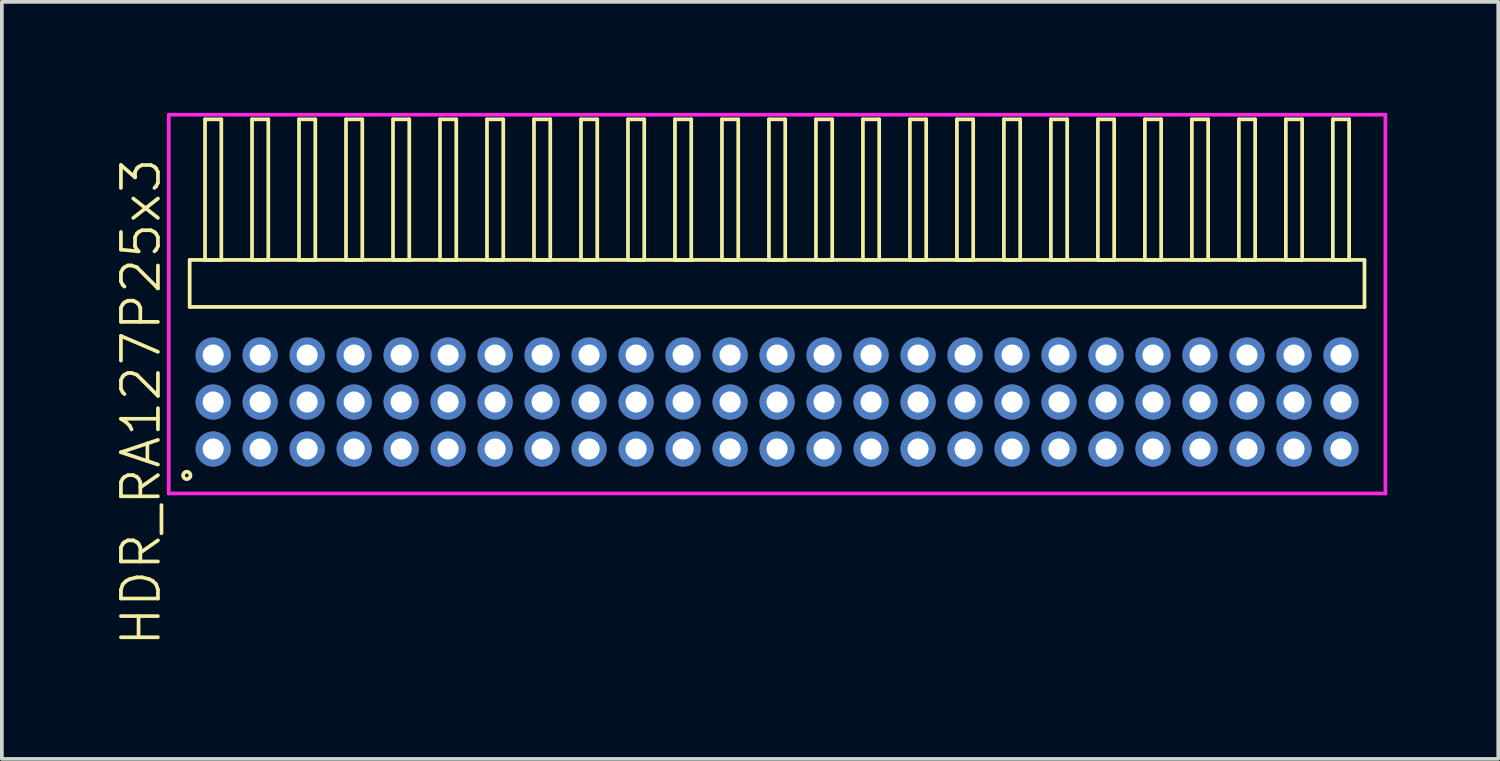
<source format=kicad_pcb>
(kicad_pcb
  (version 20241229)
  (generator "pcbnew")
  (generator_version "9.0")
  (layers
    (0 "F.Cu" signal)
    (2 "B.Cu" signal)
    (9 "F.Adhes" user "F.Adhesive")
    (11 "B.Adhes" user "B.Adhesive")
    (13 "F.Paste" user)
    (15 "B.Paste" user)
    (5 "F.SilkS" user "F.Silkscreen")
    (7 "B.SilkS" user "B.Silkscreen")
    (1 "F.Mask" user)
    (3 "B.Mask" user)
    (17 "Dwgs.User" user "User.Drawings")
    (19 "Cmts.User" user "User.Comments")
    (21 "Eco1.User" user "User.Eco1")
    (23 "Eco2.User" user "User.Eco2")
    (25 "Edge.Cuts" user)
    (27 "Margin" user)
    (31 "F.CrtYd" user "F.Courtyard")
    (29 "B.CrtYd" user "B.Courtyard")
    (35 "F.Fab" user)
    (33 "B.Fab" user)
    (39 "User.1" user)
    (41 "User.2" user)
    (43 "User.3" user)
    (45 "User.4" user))
  (footprint "HDR_RA127P25x3"
    (layer "F.Cu")
    (at 17.951 7.815)
    (property "Reference" "HDR_RA127P25x3" (at -17.19 0 90) (layer "F.SilkS") (effects (font (size 1 1) (thickness 0.1))))
    (attr through_hole)
    (fp_line (start -15.875 -3.84) (end -15.875 -2.57) (stroke (width 0.1) (type solid)) (layer "F.SilkS"))
    (fp_line (start -15.875 -2.57) (end 15.875 -2.57) (stroke (width 0.1) (type solid)) (layer "F.SilkS"))
    (fp_line (start -15.46 -7.64) (end -15.46 -3.84) (stroke (width 0.1) (type solid)) (layer "F.SilkS"))
    (fp_line (start -15.46 -3.84) (end -15.02 -3.84) (stroke (width 0.1) (type solid)) (layer "F.SilkS"))
    (fp_line (start -15.02 -7.64) (end -15.46 -7.64) (stroke (width 0.1) (type solid)) (layer "F.SilkS"))
    (fp_line (start -15.02 -3.84) (end -15.02 -7.64) (stroke (width 0.1) (type solid)) (layer "F.SilkS"))
    (fp_line (start -14.19 -7.64) (end -14.19 -3.84) (stroke (width 0.1) (type solid)) (layer "F.SilkS"))
    (fp_line (start -14.19 -3.84) (end -13.75 -3.84) (stroke (width 0.1) (type solid)) (layer "F.SilkS"))
    (fp_line (start -13.75 -7.64) (end -14.19 -7.64) (stroke (width 0.1) (type solid)) (layer "F.SilkS"))
    (fp_line (start -13.75 -3.84) (end -13.75 -7.64) (stroke (width 0.1) (type solid)) (layer "F.SilkS"))
    (fp_line (start -12.92 -7.64) (end -12.92 -3.84) (stroke (width 0.1) (type solid)) (layer "F.SilkS"))
    (fp_line (start -12.92 -3.84) (end -12.48 -3.84) (stroke (width 0.1) (type solid)) (layer "F.SilkS"))
    (fp_line (start -12.48 -7.64) (end -12.92 -7.64) (stroke (width 0.1) (type solid)) (layer "F.SilkS"))
    (fp_line (start -12.48 -3.84) (end -12.48 -7.64) (stroke (width 0.1) (type solid)) (layer "F.SilkS"))
    (fp_line (start -11.65 -7.64) (end -11.65 -3.84) (stroke (width 0.1) (type solid)) (layer "F.SilkS"))
    (fp_line (start -11.65 -3.84) (end -11.21 -3.84) (stroke (width 0.1) (type solid)) (layer "F.SilkS"))
    (fp_line (start -11.21 -7.64) (end -11.65 -7.64) (stroke (width 0.1) (type solid)) (layer "F.SilkS"))
    (fp_line (start -11.21 -3.84) (end -11.21 -7.64) (stroke (width 0.1) (type solid)) (layer "F.SilkS"))
    (fp_line (start -10.38 -7.64) (end -10.38 -3.84) (stroke (width 0.1) (type solid)) (layer "F.SilkS"))
    (fp_line (start -10.38 -3.84) (end -9.94 -3.84) (stroke (width 0.1) (type solid)) (layer "F.SilkS"))
    (fp_line (start -9.94 -7.64) (end -10.38 -7.64) (stroke (width 0.1) (type solid)) (layer "F.SilkS"))
    (fp_line (start -9.94 -3.84) (end -9.94 -7.64) (stroke (width 0.1) (type solid)) (layer "F.SilkS"))
    (fp_line (start -9.11 -7.64) (end -9.11 -3.84) (stroke (width 0.1) (type solid)) (layer "F.SilkS"))
    (fp_line (start -9.11 -3.84) (end -8.67 -3.84) (stroke (width 0.1) (type solid)) (layer "F.SilkS"))
    (fp_line (start -8.67 -7.64) (end -9.11 -7.64) (stroke (width 0.1) (type solid)) (layer "F.SilkS"))
    (fp_line (start -8.67 -3.84) (end -8.67 -7.64) (stroke (width 0.1) (type solid)) (layer "F.SilkS"))
    (fp_line (start -7.84 -7.64) (end -7.84 -3.84) (stroke (width 0.1) (type solid)) (layer "F.SilkS"))
    (fp_line (start -7.84 -3.84) (end -7.4 -3.84) (stroke (width 0.1) (type solid)) (layer "F.SilkS"))
    (fp_line (start -7.4 -7.64) (end -7.84 -7.64) (stroke (width 0.1) (type solid)) (layer "F.SilkS"))
    (fp_line (start -7.4 -3.84) (end -7.4 -7.64) (stroke (width 0.1) (type solid)) (layer "F.SilkS"))
    (fp_line (start -6.57 -7.64) (end -6.57 -3.84) (stroke (width 0.1) (type solid)) (layer "F.SilkS"))
    (fp_line (start -6.57 -3.84) (end -6.13 -3.84) (stroke (width 0.1) (type solid)) (layer "F.SilkS"))
    (fp_line (start -6.13 -7.64) (end -6.57 -7.64) (stroke (width 0.1) (type solid)) (layer "F.SilkS"))
    (fp_line (start -6.13 -3.84) (end -6.13 -7.64) (stroke (width 0.1) (type solid)) (layer "F.SilkS"))
    (fp_line (start -5.3 -7.64) (end -5.3 -3.84) (stroke (width 0.1) (type solid)) (layer "F.SilkS"))
    (fp_line (start -5.3 -3.84) (end -4.86 -3.84) (stroke (width 0.1) (type solid)) (layer "F.SilkS"))
    (fp_line (start -4.86 -7.64) (end -5.3 -7.64) (stroke (width 0.1) (type solid)) (layer "F.SilkS"))
    (fp_line (start -4.86 -3.84) (end -4.86 -7.64) (stroke (width 0.1) (type solid)) (layer "F.SilkS"))
    (fp_line (start -4.03 -7.64) (end -4.03 -3.84) (stroke (width 0.1) (type solid)) (layer "F.SilkS"))
    (fp_line (start -4.03 -3.84) (end -3.59 -3.84) (stroke (width 0.1) (type solid)) (layer "F.SilkS"))
    (fp_line (start -3.59 -7.64) (end -4.03 -7.64) (stroke (width 0.1) (type solid)) (layer "F.SilkS"))
    (fp_line (start -3.59 -3.84) (end -3.59 -7.64) (stroke (width 0.1) (type solid)) (layer "F.SilkS"))
    (fp_line (start -2.76 -7.64) (end -2.76 -3.84) (stroke (width 0.1) (type solid)) (layer "F.SilkS"))
    (fp_line (start -2.76 -3.84) (end -2.32 -3.84) (stroke (width 0.1) (type solid)) (layer "F.SilkS"))
    (fp_line (start -2.32 -7.64) (end -2.76 -7.64) (stroke (width 0.1) (type solid)) (layer "F.SilkS"))
    (fp_line (start -2.32 -3.84) (end -2.32 -7.64) (stroke (width 0.1) (type solid)) (layer "F.SilkS"))
    (fp_line (start -1.49 -7.64) (end -1.49 -3.84) (stroke (width 0.1) (type solid)) (layer "F.SilkS"))
    (fp_line (start -1.49 -3.84) (end -1.05 -3.84) (stroke (width 0.1) (type solid)) (layer "F.SilkS"))
    (fp_line (start -1.05 -7.64) (end -1.49 -7.64) (stroke (width 0.1) (type solid)) (layer "F.SilkS"))
    (fp_line (start -1.05 -3.84) (end -1.05 -7.64) (stroke (width 0.1) (type solid)) (layer "F.SilkS"))
    (fp_line (start -0.22 -7.64) (end -0.22 -3.84) (stroke (width 0.1) (type solid)) (layer "F.SilkS"))
    (fp_line (start -0.22 -3.84) (end 0.22 -3.84) (stroke (width 0.1) (type solid)) (layer "F.SilkS"))
    (fp_line (start 0.22 -7.64) (end -0.22 -7.64) (stroke (width 0.1) (type solid)) (layer "F.SilkS"))
    (fp_line (start 0.22 -3.84) (end 0.22 -7.64) (stroke (width 0.1) (type solid)) (layer "F.SilkS"))
    (fp_line (start 1.05 -7.64) (end 1.05 -3.84) (stroke (width 0.1) (type solid)) (layer "F.SilkS"))
    (fp_line (start 1.05 -3.84) (end 1.49 -3.84) (stroke (width 0.1) (type solid)) (layer "F.SilkS"))
    (fp_line (start 1.49 -7.64) (end 1.05 -7.64) (stroke (width 0.1) (type solid)) (layer "F.SilkS"))
    (fp_line (start 1.49 -3.84) (end 1.49 -7.64) (stroke (width 0.1) (type solid)) (layer "F.SilkS"))
    (fp_line (start 2.32 -7.64) (end 2.32 -3.84) (stroke (width 0.1) (type solid)) (layer "F.SilkS"))
    (fp_line (start 2.32 -3.84) (end 2.76 -3.84) (stroke (width 0.1) (type solid)) (layer "F.SilkS"))
    (fp_line (start 2.76 -7.64) (end 2.32 -7.64) (stroke (width 0.1) (type solid)) (layer "F.SilkS"))
    (fp_line (start 2.76 -3.84) (end 2.76 -7.64) (stroke (width 0.1) (type solid)) (layer "F.SilkS"))
    (fp_line (start 3.59 -7.64) (end 3.59 -3.84) (stroke (width 0.1) (type solid)) (layer "F.SilkS"))
    (fp_line (start 3.59 -3.84) (end 4.03 -3.84) (stroke (width 0.1) (type solid)) (layer "F.SilkS"))
    (fp_line (start 4.03 -7.64) (end 3.59 -7.64) (stroke (width 0.1) (type solid)) (layer "F.SilkS"))
    (fp_line (start 4.03 -3.84) (end 4.03 -7.64) (stroke (width 0.1) (type solid)) (layer "F.SilkS"))
    (fp_line (start 4.86 -7.64) (end 4.86 -3.84) (stroke (width 0.1) (type solid)) (layer "F.SilkS"))
    (fp_line (start 4.86 -3.84) (end 5.3 -3.84) (stroke (width 0.1) (type solid)) (layer "F.SilkS"))
    (fp_line (start 5.3 -7.64) (end 4.86 -7.64) (stroke (width 0.1) (type solid)) (layer "F.SilkS"))
    (fp_line (start 5.3 -3.84) (end 5.3 -7.64) (stroke (width 0.1) (type solid)) (layer "F.SilkS"))
    (fp_line (start 6.13 -7.64) (end 6.13 -3.84) (stroke (width 0.1) (type solid)) (layer "F.SilkS"))
    (fp_line (start 6.13 -3.84) (end 6.57 -3.84) (stroke (width 0.1) (type solid)) (layer "F.SilkS"))
    (fp_line (start 6.57 -7.64) (end 6.13 -7.64) (stroke (width 0.1) (type solid)) (layer "F.SilkS"))
    (fp_line (start 6.57 -3.84) (end 6.57 -7.64) (stroke (width 0.1) (type solid)) (layer "F.SilkS"))
    (fp_line (start 7.4 -7.64) (end 7.4 -3.84) (stroke (width 0.1) (type solid)) (layer "F.SilkS"))
    (fp_line (start 7.4 -3.84) (end 7.84 -3.84) (stroke (width 0.1) (type solid)) (layer "F.SilkS"))
    (fp_line (start 7.84 -7.64) (end 7.4 -7.64) (stroke (width 0.1) (type solid)) (layer "F.SilkS"))
    (fp_line (start 7.84 -3.84) (end 7.84 -7.64) (stroke (width 0.1) (type solid)) (layer "F.SilkS"))
    (fp_line (start 8.67 -7.64) (end 8.67 -3.84) (stroke (width 0.1) (type solid)) (layer "F.SilkS"))
    (fp_line (start 8.67 -3.84) (end 9.11 -3.84) (stroke (width 0.1) (type solid)) (layer "F.SilkS"))
    (fp_line (start 9.11 -7.64) (end 8.67 -7.64) (stroke (width 0.1) (type solid)) (layer "F.SilkS"))
    (fp_line (start 9.11 -3.84) (end 9.11 -7.64) (stroke (width 0.1) (type solid)) (layer "F.SilkS"))
    (fp_line (start 9.94 -7.64) (end 9.94 -3.84) (stroke (width 0.1) (type solid)) (layer "F.SilkS"))
    (fp_line (start 9.94 -3.84) (end 10.38 -3.84) (stroke (width 0.1) (type solid)) (layer "F.SilkS"))
    (fp_line (start 10.38 -7.64) (end 9.94 -7.64) (stroke (width 0.1) (type solid)) (layer "F.SilkS"))
    (fp_line (start 10.38 -3.84) (end 10.38 -7.64) (stroke (width 0.1) (type solid)) (layer "F.SilkS"))
    (fp_line (start 11.21 -7.64) (end 11.21 -3.84) (stroke (width 0.1) (type solid)) (layer "F.SilkS"))
    (fp_line (start 11.21 -3.84) (end 11.65 -3.84) (stroke (width 0.1) (type solid)) (layer "F.SilkS"))
    (fp_line (start 11.65 -7.64) (end 11.21 -7.64) (stroke (width 0.1) (type solid)) (layer "F.SilkS"))
    (fp_line (start 11.65 -3.84) (end 11.65 -7.64) (stroke (width 0.1) (type solid)) (layer "F.SilkS"))
    (fp_line (start 12.48 -7.64) (end 12.48 -3.84) (stroke (width 0.1) (type solid)) (layer "F.SilkS"))
    (fp_line (start 12.48 -3.84) (end 12.92 -3.84) (stroke (width 0.1) (type solid)) (layer "F.SilkS"))
    (fp_line (start 12.92 -7.64) (end 12.48 -7.64) (stroke (width 0.1) (type solid)) (layer "F.SilkS"))
    (fp_line (start 12.92 -3.84) (end 12.92 -7.64) (stroke (width 0.1) (type solid)) (layer "F.SilkS"))
    (fp_line (start 13.75 -7.64) (end 13.75 -3.84) (stroke (width 0.1) (type solid)) (layer "F.SilkS"))
    (fp_line (start 13.75 -3.84) (end 14.19 -3.84) (stroke (width 0.1) (type solid)) (layer "F.SilkS"))
    (fp_line (start 14.19 -7.64) (end 13.75 -7.64) (stroke (width 0.1) (type solid)) (layer "F.SilkS"))
    (fp_line (start 14.19 -3.84) (end 14.19 -7.64) (stroke (width 0.1) (type solid)) (layer "F.SilkS"))
    (fp_line (start 15.02 -7.64) (end 15.02 -3.84) (stroke (width 0.1) (type solid)) (layer "F.SilkS"))
    (fp_line (start 15.02 -3.84) (end 15.46 -3.84) (stroke (width 0.1) (type solid)) (layer "F.SilkS"))
    (fp_line (start 15.46 -7.64) (end 15.02 -7.64) (stroke (width 0.1) (type solid)) (layer "F.SilkS"))
    (fp_line (start 15.46 -3.84) (end 15.46 -7.64) (stroke (width 0.1) (type solid)) (layer "F.SilkS"))
    (fp_line (start 15.875 -3.84) (end -15.875 -3.84) (stroke (width 0.1) (type solid)) (layer "F.SilkS"))
    (fp_line (start 15.875 -2.57) (end 15.875 -3.84) (stroke (width 0.1) (type solid)) (layer "F.SilkS"))
    (fp_circle (center -15.953 1.983) (end -15.853 1.983) (stroke (width 0.1) (type solid)) (fill no) (layer "F.SilkS"))
    (fp_line (start -16.44 -7.765) (end -16.44 2.47) (stroke (width 0.1) (type solid)) (layer "F.CrtYd"))
    (fp_line (start -16.44 2.47) (end 16.44 2.47) (stroke (width 0.1) (type solid)) (layer "F.CrtYd"))
    (fp_line (start 16.44 -7.765) (end -16.44 -7.765) (stroke (width 0.1) (type solid)) (layer "F.CrtYd"))
    (fp_line (start 16.44 2.47) (end 16.44 -7.765) (stroke (width 0.1) (type solid)) (layer "F.CrtYd"))
    (pad "1" thru_hole oval (at -15.24 1.27) (size 0.95 0.95) (drill 0.57) (layers "*.Cu" "*.Mask"))
    (pad "2" thru_hole oval (at -15.24 0) (size 0.95 0.95) (drill 0.57) (layers "*.Cu" "*.Mask"))
    (pad "3" thru_hole oval (at -15.24 -1.27) (size 0.95 0.95) (drill 0.57) (layers "*.Cu" "*.Mask"))
    (pad "4" thru_hole oval (at -13.97 1.27) (size 0.95 0.95) (drill 0.57) (layers "*.Cu" "*.Mask"))
    (pad "5" thru_hole oval (at -13.97 0) (size 0.95 0.95) (drill 0.57) (layers "*.Cu" "*.Mask"))
    (pad "6" thru_hole oval (at -13.97 -1.27) (size 0.95 0.95) (drill 0.57) (layers "*.Cu" "*.Mask"))
    (pad "7" thru_hole oval (at -12.7 1.27) (size 0.95 0.95) (drill 0.57) (layers "*.Cu" "*.Mask"))
    (pad "8" thru_hole oval (at -12.7 0) (size 0.95 0.95) (drill 0.57) (layers "*.Cu" "*.Mask"))
    (pad "9" thru_hole oval (at -12.7 -1.27) (size 0.95 0.95) (drill 0.57) (layers "*.Cu" "*.Mask"))
    (pad "10" thru_hole oval (at -11.43 1.27) (size 0.95 0.95) (drill 0.57) (layers "*.Cu" "*.Mask"))
    (pad "11" thru_hole oval (at -11.43 0) (size 0.95 0.95) (drill 0.57) (layers "*.Cu" "*.Mask"))
    (pad "12" thru_hole oval (at -11.43 -1.27) (size 0.95 0.95) (drill 0.57) (layers "*.Cu" "*.Mask"))
    (pad "13" thru_hole oval (at -10.16 1.27) (size 0.95 0.95) (drill 0.57) (layers "*.Cu" "*.Mask"))
    (pad "14" thru_hole oval (at -10.16 0) (size 0.95 0.95) (drill 0.57) (layers "*.Cu" "*.Mask"))
    (pad "15" thru_hole oval (at -10.16 -1.27) (size 0.95 0.95) (drill 0.57) (layers "*.Cu" "*.Mask"))
    (pad "16" thru_hole oval (at -8.89 1.27) (size 0.95 0.95) (drill 0.57) (layers "*.Cu" "*.Mask"))
    (pad "17" thru_hole oval (at -8.89 0) (size 0.95 0.95) (drill 0.57) (layers "*.Cu" "*.Mask"))
    (pad "18" thru_hole oval (at -8.89 -1.27) (size 0.95 0.95) (drill 0.57) (layers "*.Cu" "*.Mask"))
    (pad "19" thru_hole oval (at -7.62 1.27) (size 0.95 0.95) (drill 0.57) (layers "*.Cu" "*.Mask"))
    (pad "20" thru_hole oval (at -7.62 0) (size 0.95 0.95) (drill 0.57) (layers "*.Cu" "*.Mask"))
    (pad "21" thru_hole oval (at -7.62 -1.27) (size 0.95 0.95) (drill 0.57) (layers "*.Cu" "*.Mask"))
    (pad "22" thru_hole oval (at -6.35 1.27) (size 0.95 0.95) (drill 0.57) (layers "*.Cu" "*.Mask"))
    (pad "23" thru_hole oval (at -6.35 0) (size 0.95 0.95) (drill 0.57) (layers "*.Cu" "*.Mask"))
    (pad "24" thru_hole oval (at -6.35 -1.27) (size 0.95 0.95) (drill 0.57) (layers "*.Cu" "*.Mask"))
    (pad "25" thru_hole oval (at -5.08 1.27) (size 0.95 0.95) (drill 0.57) (layers "*.Cu" "*.Mask"))
    (pad "26" thru_hole oval (at -5.08 0) (size 0.95 0.95) (drill 0.57) (layers "*.Cu" "*.Mask"))
    (pad "27" thru_hole oval (at -5.08 -1.27) (size 0.95 0.95) (drill 0.57) (layers "*.Cu" "*.Mask"))
    (pad "28" thru_hole oval (at -3.81 1.27) (size 0.95 0.95) (drill 0.57) (layers "*.Cu" "*.Mask"))
    (pad "29" thru_hole oval (at -3.81 0) (size 0.95 0.95) (drill 0.57) (layers "*.Cu" "*.Mask"))
    (pad "30" thru_hole oval (at -3.81 -1.27) (size 0.95 0.95) (drill 0.57) (layers "*.Cu" "*.Mask"))
    (pad "31" thru_hole oval (at -2.54 1.27) (size 0.95 0.95) (drill 0.57) (layers "*.Cu" "*.Mask"))
    (pad "32" thru_hole oval (at -2.54 0) (size 0.95 0.95) (drill 0.57) (layers "*.Cu" "*.Mask"))
    (pad "33" thru_hole oval (at -2.54 -1.27) (size 0.95 0.95) (drill 0.57) (layers "*.Cu" "*.Mask"))
    (pad "34" thru_hole oval (at -1.27 1.27) (size 0.95 0.95) (drill 0.57) (layers "*.Cu" "*.Mask"))
    (pad "35" thru_hole oval (at -1.27 0) (size 0.95 0.95) (drill 0.57) (layers "*.Cu" "*.Mask"))
    (pad "36" thru_hole oval (at -1.27 -1.27) (size 0.95 0.95) (drill 0.57) (layers "*.Cu" "*.Mask"))
    (pad "37" thru_hole oval (at 0 1.27) (size 0.95 0.95) (drill 0.57) (layers "*.Cu" "*.Mask"))
    (pad "38" thru_hole oval (at 0 0) (size 0.95 0.95) (drill 0.57) (layers "*.Cu" "*.Mask"))
    (pad "39" thru_hole oval (at 0 -1.27) (size 0.95 0.95) (drill 0.57) (layers "*.Cu" "*.Mask"))
    (pad "40" thru_hole oval (at 1.27 1.27) (size 0.95 0.95) (drill 0.57) (layers "*.Cu" "*.Mask"))
    (pad "41" thru_hole oval (at 1.27 0) (size 0.95 0.95) (drill 0.57) (layers "*.Cu" "*.Mask"))
    (pad "42" thru_hole oval (at 1.27 -1.27) (size 0.95 0.95) (drill 0.57) (layers "*.Cu" "*.Mask"))
    (pad "43" thru_hole oval (at 2.54 1.27) (size 0.95 0.95) (drill 0.57) (layers "*.Cu" "*.Mask"))
    (pad "44" thru_hole oval (at 2.54 0) (size 0.95 0.95) (drill 0.57) (layers "*.Cu" "*.Mask"))
    (pad "45" thru_hole oval (at 2.54 -1.27) (size 0.95 0.95) (drill 0.57) (layers "*.Cu" "*.Mask"))
    (pad "46" thru_hole oval (at 3.81 1.27) (size 0.95 0.95) (drill 0.57) (layers "*.Cu" "*.Mask"))
    (pad "47" thru_hole oval (at 3.81 0) (size 0.95 0.95) (drill 0.57) (layers "*.Cu" "*.Mask"))
    (pad "48" thru_hole oval (at 3.81 -1.27) (size 0.95 0.95) (drill 0.57) (layers "*.Cu" "*.Mask"))
    (pad "49" thru_hole oval (at 5.08 1.27) (size 0.95 0.95) (drill 0.57) (layers "*.Cu" "*.Mask"))
    (pad "50" thru_hole oval (at 5.08 0) (size 0.95 0.95) (drill 0.57) (layers "*.Cu" "*.Mask"))
    (pad "51" thru_hole oval (at 5.08 -1.27) (size 0.95 0.95) (drill 0.57) (layers "*.Cu" "*.Mask"))
    (pad "52" thru_hole oval (at 6.35 1.27) (size 0.95 0.95) (drill 0.57) (layers "*.Cu" "*.Mask"))
    (pad "53" thru_hole oval (at 6.35 0) (size 0.95 0.95) (drill 0.57) (layers "*.Cu" "*.Mask"))
    (pad "54" thru_hole oval (at 6.35 -1.27) (size 0.95 0.95) (drill 0.57) (layers "*.Cu" "*.Mask"))
    (pad "55" thru_hole oval (at 7.62 1.27) (size 0.95 0.95) (drill 0.57) (layers "*.Cu" "*.Mask"))
    (pad "56" thru_hole oval (at 7.62 0) (size 0.95 0.95) (drill 0.57) (layers "*.Cu" "*.Mask"))
    (pad "57" thru_hole oval (at 7.62 -1.27) (size 0.95 0.95) (drill 0.57) (layers "*.Cu" "*.Mask"))
    (pad "58" thru_hole oval (at 8.89 1.27) (size 0.95 0.95) (drill 0.57) (layers "*.Cu" "*.Mask"))
    (pad "59" thru_hole oval (at 8.89 0) (size 0.95 0.95) (drill 0.57) (layers "*.Cu" "*.Mask"))
    (pad "60" thru_hole oval (at 8.89 -1.27) (size 0.95 0.95) (drill 0.57) (layers "*.Cu" "*.Mask"))
    (pad "61" thru_hole oval (at 10.16 1.27) (size 0.95 0.95) (drill 0.57) (layers "*.Cu" "*.Mask"))
    (pad "62" thru_hole oval (at 10.16 0) (size 0.95 0.95) (drill 0.57) (layers "*.Cu" "*.Mask"))
    (pad "63" thru_hole oval (at 10.16 -1.27) (size 0.95 0.95) (drill 0.57) (layers "*.Cu" "*.Mask"))
    (pad "64" thru_hole oval (at 11.43 1.27) (size 0.95 0.95) (drill 0.57) (layers "*.Cu" "*.Mask"))
    (pad "65" thru_hole oval (at 11.43 0) (size 0.95 0.95) (drill 0.57) (layers "*.Cu" "*.Mask"))
    (pad "66" thru_hole oval (at 11.43 -1.27) (size 0.95 0.95) (drill 0.57) (layers "*.Cu" "*.Mask"))
    (pad "67" thru_hole oval (at 12.7 1.27) (size 0.95 0.95) (drill 0.57) (layers "*.Cu" "*.Mask"))
    (pad "68" thru_hole oval (at 12.7 0) (size 0.95 0.95) (drill 0.57) (layers "*.Cu" "*.Mask"))
    (pad "69" thru_hole oval (at 12.7 -1.27) (size 0.95 0.95) (drill 0.57) (layers "*.Cu" "*.Mask"))
    (pad "70" thru_hole oval (at 13.97 1.27) (size 0.95 0.95) (drill 0.57) (layers "*.Cu" "*.Mask"))
    (pad "71" thru_hole oval (at 13.97 0) (size 0.95 0.95) (drill 0.57) (layers "*.Cu" "*.Mask"))
    (pad "72" thru_hole oval (at 13.97 -1.27) (size 0.95 0.95) (drill 0.57) (layers "*.Cu" "*.Mask"))
    (pad "73" thru_hole oval (at 15.24 1.27) (size 0.95 0.95) (drill 0.57) (layers "*.Cu" "*.Mask"))
    (pad "74" thru_hole oval (at 15.24 0) (size 0.95 0.95) (drill 0.57) (layers "*.Cu" "*.Mask"))
    (pad "75" thru_hole oval (at 15.24 -1.27) (size 0.95 0.95) (drill 0.57) (layers "*.Cu" "*.Mask")))
  (gr_rect
    (start -3 -3)
    (end 37.441 17.46)
    (stroke (width 0.1) (type default))
    (fill no)
    (layer "Edge.Cuts")))
</source>
